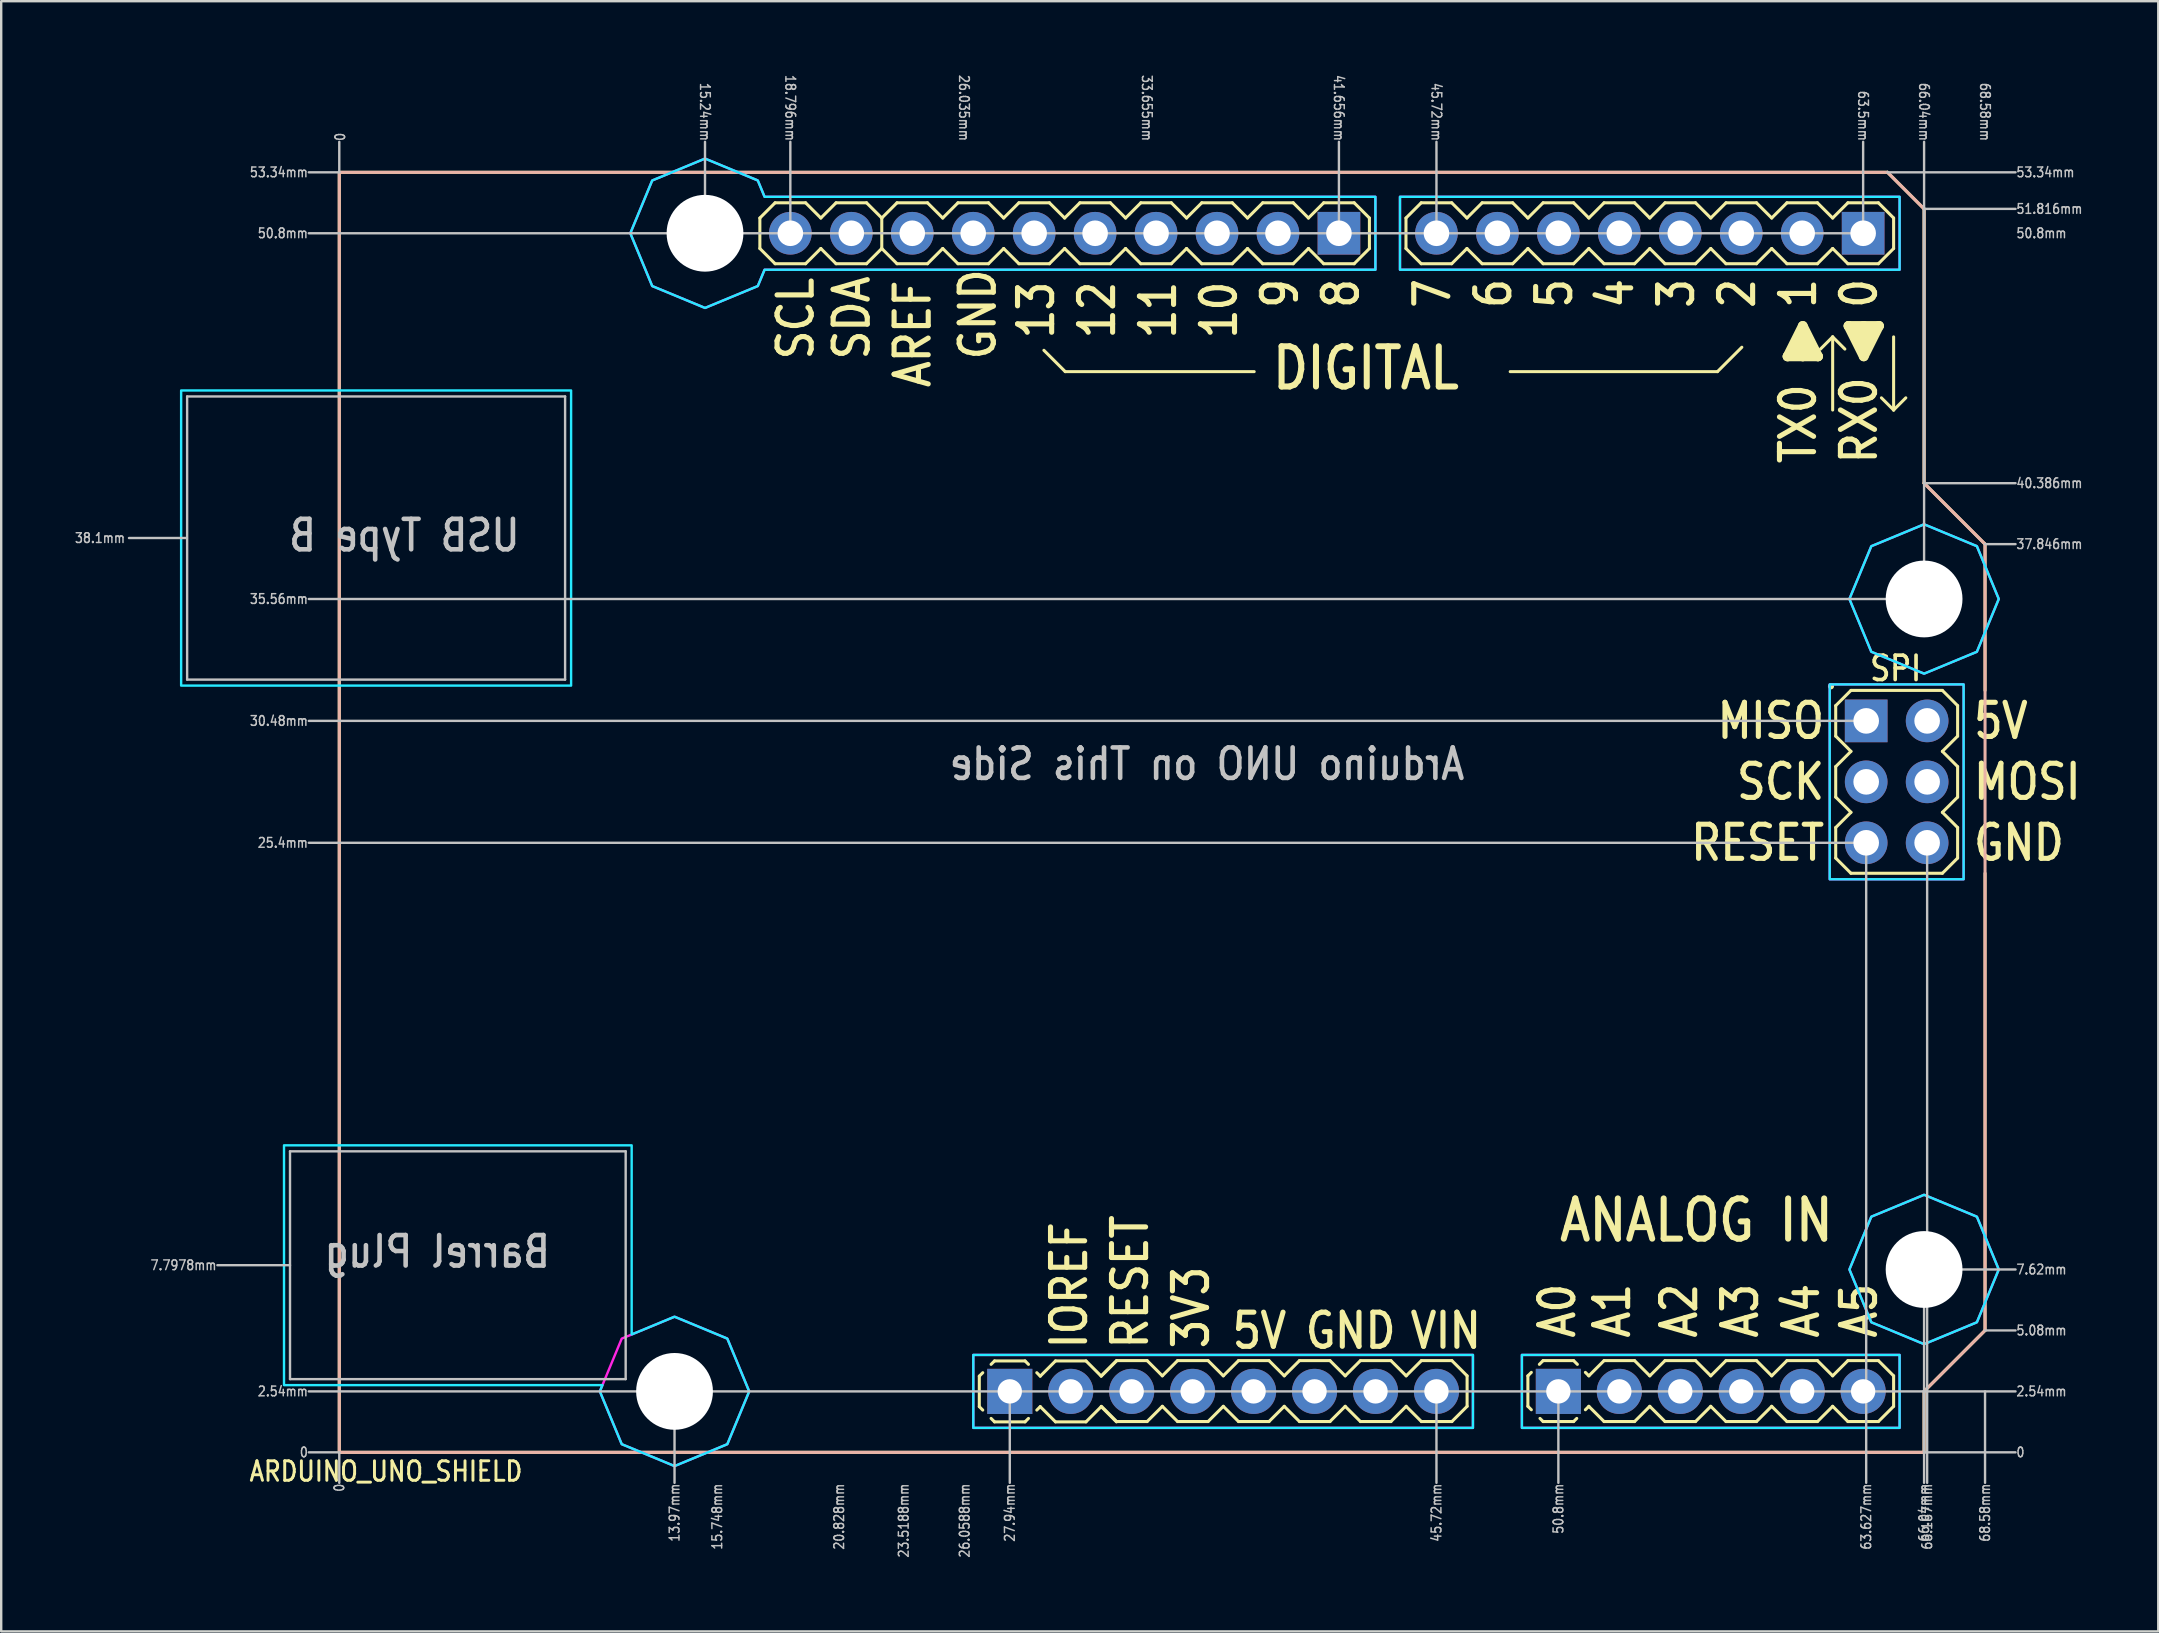
<source format=kicad_pcb>
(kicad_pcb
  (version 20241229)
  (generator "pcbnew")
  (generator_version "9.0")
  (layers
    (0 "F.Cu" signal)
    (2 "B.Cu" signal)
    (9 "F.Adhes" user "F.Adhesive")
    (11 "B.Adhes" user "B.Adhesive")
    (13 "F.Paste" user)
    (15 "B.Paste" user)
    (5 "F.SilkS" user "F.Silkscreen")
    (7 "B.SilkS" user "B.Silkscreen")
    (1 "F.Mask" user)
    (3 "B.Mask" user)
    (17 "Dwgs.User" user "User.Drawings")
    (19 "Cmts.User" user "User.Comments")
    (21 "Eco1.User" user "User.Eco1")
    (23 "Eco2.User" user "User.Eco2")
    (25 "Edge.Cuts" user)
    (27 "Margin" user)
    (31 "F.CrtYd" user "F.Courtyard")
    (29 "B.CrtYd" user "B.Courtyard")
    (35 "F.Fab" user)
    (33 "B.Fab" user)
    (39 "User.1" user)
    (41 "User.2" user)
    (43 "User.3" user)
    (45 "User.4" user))
  (footprint "ARDUINO_UNO_SHIELD"
    (layer "F.Cu")
    (at 11.088 57.47)
    (property "Reference" "ARDUINO_UNO_SHIELD" (at -3.81 1.27 0) (unlocked yes) (layer "F.SilkS") (effects (font (size 0.813 0.695) (thickness 0.122)) (justify left bottom)))
    (fp_circle (center 13.97 -2.54) (end 16.82 -2.54) (stroke (width 0) (type solid)) (fill yes) (layer "F.Mask"))
    (fp_circle (center 13.97 -2.54) (end 16.82 -2.54) (stroke (width 0) (type solid)) (fill yes) (layer "F.Mask"))
    (fp_circle (center 15.24 -50.8) (end 18.09 -50.8) (stroke (width 0) (type solid)) (fill yes) (layer "F.Mask"))
    (fp_circle (center 15.24 -50.8) (end 18.09 -50.8) (stroke (width 0) (type solid)) (fill yes) (layer "F.Mask"))
    (fp_circle (center 66.04 -35.56) (end 68.89 -35.56) (stroke (width 0) (type solid)) (fill yes) (layer "F.Mask"))
    (fp_circle (center 66.04 -35.56) (end 68.89 -35.56) (stroke (width 0) (type solid)) (fill yes) (layer "F.Mask"))
    (fp_circle (center 66.04 -7.62) (end 68.89 -7.62) (stroke (width 0) (type solid)) (fill yes) (layer "F.Mask"))
    (fp_circle (center 66.04 -7.62) (end 68.89 -7.62) (stroke (width 0) (type solid)) (fill yes) (layer "F.Mask"))
    (fp_circle (center 13.97 -2.54) (end 16.82 -2.54) (stroke (width 0) (type solid)) (fill yes) (layer "B.Mask"))
    (fp_circle (center 15.24 -50.8) (end 18.09 -50.8) (stroke (width 0) (type solid)) (fill yes) (layer "B.Mask"))
    (fp_circle (center 66.04 -35.56) (end 68.89 -35.56) (stroke (width 0) (type solid)) (fill yes) (layer "B.Mask"))
    (fp_circle (center 66.04 -7.62) (end 68.89 -7.62) (stroke (width 0) (type solid)) (fill yes) (layer "B.Mask"))
    (fp_line (start 0 -53.34) (end 64.516 -53.34) (stroke (width 0.127) (type solid)) (layer "F.SilkS"))
    (fp_line (start 0 0) (end 0 -53.34) (stroke (width 0.127) (type solid)) (layer "F.SilkS"))
    (fp_line (start 17.526 -51.435) (end 17.526 -50.165) (stroke (width 0.127) (type solid)) (layer "F.SilkS"))
    (fp_line (start 17.526 -50.165) (end 18.161 -49.53) (stroke (width 0.127) (type solid)) (layer "F.SilkS"))
    (fp_line (start 18.161 -52.07) (end 17.526 -51.435) (stroke (width 0.127) (type solid)) (layer "F.SilkS"))
    (fp_line (start 18.161 -49.53) (end 19.431 -49.53) (stroke (width 0.127) (type solid)) (layer "F.SilkS"))
    (fp_line (start 19.431 -52.07) (end 18.161 -52.07) (stroke (width 0.127) (type solid)) (layer "F.SilkS"))
    (fp_line (start 19.431 -49.53) (end 20.066 -50.165) (stroke (width 0.127) (type solid)) (layer "F.SilkS"))
    (fp_line (start 20.066 -51.435) (end 19.431 -52.07) (stroke (width 0.127) (type solid)) (layer "F.SilkS"))
    (fp_line (start 20.066 -50.165) (end 20.701 -49.53) (stroke (width 0.127) (type solid)) (layer "F.SilkS"))
    (fp_line (start 20.701 -52.07) (end 20.066 -51.435) (stroke (width 0.127) (type solid)) (layer "F.SilkS"))
    (fp_line (start 20.701 -49.53) (end 21.971 -49.53) (stroke (width 0.127) (type solid)) (layer "F.SilkS"))
    (fp_line (start 21.971 -52.07) (end 20.701 -52.07) (stroke (width 0.127) (type solid)) (layer "F.SilkS"))
    (fp_line (start 21.971 -49.53) (end 22.606 -50.165) (stroke (width 0.127) (type solid)) (layer "F.SilkS"))
    (fp_line (start 22.606 -51.435) (end 21.971 -52.07) (stroke (width 0.127) (type solid)) (layer "F.SilkS"))
    (fp_line (start 22.606 -51.435) (end 22.606 -50.165) (stroke (width 0.127) (type solid)) (layer "F.SilkS"))
    (fp_line (start 22.606 -50.165) (end 23.241 -49.53) (stroke (width 0.127) (type solid)) (layer "F.SilkS"))
    (fp_line (start 23.241 -52.07) (end 22.606 -51.435) (stroke (width 0.127) (type solid)) (layer "F.SilkS"))
    (fp_line (start 23.241 -49.53) (end 24.511 -49.53) (stroke (width 0.127) (type solid)) (layer "F.SilkS"))
    (fp_line (start 24.511 -52.07) (end 23.241 -52.07) (stroke (width 0.127) (type solid)) (layer "F.SilkS"))
    (fp_line (start 24.511 -49.53) (end 25.146 -50.165) (stroke (width 0.127) (type solid)) (layer "F.SilkS"))
    (fp_line (start 25.146 -51.435) (end 24.511 -52.07) (stroke (width 0.127) (type solid)) (layer "F.SilkS"))
    (fp_line (start 25.146 -50.165) (end 25.781 -49.53) (stroke (width 0.127) (type solid)) (layer "F.SilkS"))
    (fp_line (start 25.781 -52.07) (end 25.146 -51.435) (stroke (width 0.127) (type solid)) (layer "F.SilkS"))
    (fp_line (start 25.781 -49.53) (end 27.051 -49.53) (stroke (width 0.127) (type solid)) (layer "F.SilkS"))
    (fp_line (start 26.67 -3.175) (end 26.67 -1.905) (stroke (width 0.127) (type solid)) (layer "F.SilkS"))
    (fp_line (start 26.67 -1.905) (end 26.814 -1.761) (stroke (width 0.127) (type solid)) (layer "F.SilkS"))
    (fp_line (start 26.814 -3.319) (end 26.67 -3.175) (stroke (width 0.127) (type solid)) (layer "F.SilkS"))
    (fp_line (start 27.051 -52.07) (end 25.781 -52.07) (stroke (width 0.127) (type solid)) (layer "F.SilkS"))
    (fp_line (start 27.051 -49.53) (end 27.686 -50.165) (stroke (width 0.127) (type solid)) (layer "F.SilkS"))
    (fp_line (start 27.161 -1.414) (end 27.305 -1.27) (stroke (width 0.127) (type solid)) (layer "F.SilkS"))
    (fp_line (start 27.305 -3.81) (end 27.161 -3.666) (stroke (width 0.127) (type solid)) (layer "F.SilkS"))
    (fp_line (start 27.305 -3.81) (end 28.575 -3.81) (stroke (width 0.127) (type solid)) (layer "F.SilkS"))
    (fp_line (start 27.686 -51.435) (end 27.051 -52.07) (stroke (width 0.127) (type solid)) (layer "F.SilkS"))
    (fp_line (start 27.686 -50.165) (end 28.321 -49.53) (stroke (width 0.127) (type solid)) (layer "F.SilkS"))
    (fp_line (start 28.321 -52.07) (end 27.686 -51.435) (stroke (width 0.127) (type solid)) (layer "F.SilkS"))
    (fp_line (start 28.321 -49.53) (end 29.591 -49.53) (stroke (width 0.127) (type solid)) (layer "F.SilkS"))
    (fp_line (start 28.575 -3.81) (end 28.719 -3.666) (stroke (width 0.127) (type solid)) (layer "F.SilkS"))
    (fp_line (start 28.575 -1.27) (end 27.305 -1.27) (stroke (width 0.127) (type solid)) (layer "F.SilkS"))
    (fp_line (start 28.719 -1.414) (end 28.575 -1.27) (stroke (width 0.127) (type solid)) (layer "F.SilkS"))
    (fp_line (start 29.066 -3.319) (end 29.21 -3.175) (stroke (width 0.127) (type solid)) (layer "F.SilkS"))
    (fp_line (start 29.21 -3.175) (end 29.845 -3.81) (stroke (width 0.127) (type solid)) (layer "F.SilkS"))
    (fp_line (start 29.21 -1.905) (end 29.066 -1.761) (stroke (width 0.127) (type solid)) (layer "F.SilkS"))
    (fp_line (start 29.591 -52.07) (end 28.321 -52.07) (stroke (width 0.127) (type solid)) (layer "F.SilkS"))
    (fp_line (start 29.591 -49.53) (end 30.226 -50.165) (stroke (width 0.127) (type solid)) (layer "F.SilkS"))
    (fp_line (start 29.845 -3.81) (end 31.115 -3.81) (stroke (width 0.127) (type solid)) (layer "F.SilkS"))
    (fp_line (start 29.845 -1.27) (end 29.21 -1.905) (stroke (width 0.127) (type solid)) (layer "F.SilkS"))
    (fp_line (start 30.226 -51.435) (end 29.591 -52.07) (stroke (width 0.127) (type solid)) (layer "F.SilkS"))
    (fp_line (start 30.226 -50.165) (end 30.861 -49.53) (stroke (width 0.127) (type solid)) (layer "F.SilkS"))
    (fp_line (start 30.251 -45.034) (end 29.362 -45.923) (stroke (width 0.127) (type solid)) (layer "F.SilkS"))
    (fp_line (start 30.861 -52.07) (end 30.226 -51.435) (stroke (width 0.127) (type solid)) (layer "F.SilkS"))
    (fp_line (start 30.861 -49.53) (end 32.131 -49.53) (stroke (width 0.127) (type solid)) (layer "F.SilkS"))
    (fp_line (start 31.115 -3.81) (end 31.75 -3.175) (stroke (width 0.127) (type solid)) (layer "F.SilkS"))
    (fp_line (start 31.115 -1.27) (end 29.845 -1.27) (stroke (width 0.127) (type solid)) (layer "F.SilkS"))
    (fp_line (start 31.75 -3.175) (end 32.385 -3.81) (stroke (width 0.127) (type solid)) (layer "F.SilkS"))
    (fp_line (start 31.75 -1.905) (end 31.115 -1.27) (stroke (width 0.127) (type solid)) (layer "F.SilkS"))
    (fp_line (start 31.757 -1.918) (end 32.392 -1.283) (stroke (width 0.127) (type solid)) (layer "F.SilkS"))
    (fp_line (start 32.131 -52.07) (end 30.861 -52.07) (stroke (width 0.127) (type solid)) (layer "F.SilkS"))
    (fp_line (start 32.131 -49.53) (end 32.766 -50.165) (stroke (width 0.127) (type solid)) (layer "F.SilkS"))
    (fp_line (start 32.385 -1.27) (end 31.75 -1.905) (stroke (width 0.127) (type solid)) (layer "F.SilkS"))
    (fp_line (start 32.392 -3.823) (end 31.757 -3.188) (stroke (width 0.127) (type solid)) (layer "F.SilkS"))
    (fp_line (start 32.392 -3.823) (end 33.662 -3.823) (stroke (width 0.127) (type solid)) (layer "F.SilkS"))
    (fp_line (start 32.766 -51.435) (end 32.131 -52.07) (stroke (width 0.127) (type solid)) (layer "F.SilkS"))
    (fp_line (start 32.766 -50.165) (end 33.401 -49.53) (stroke (width 0.127) (type solid)) (layer "F.SilkS"))
    (fp_line (start 33.401 -52.07) (end 32.766 -51.435) (stroke (width 0.127) (type solid)) (layer "F.SilkS"))
    (fp_line (start 33.401 -49.53) (end 34.671 -49.53) (stroke (width 0.127) (type solid)) (layer "F.SilkS"))
    (fp_line (start 33.662 -3.823) (end 34.297 -3.188) (stroke (width 0.127) (type solid)) (layer "F.SilkS"))
    (fp_line (start 33.662 -1.283) (end 32.392 -1.283) (stroke (width 0.127) (type solid)) (layer "F.SilkS"))
    (fp_line (start 34.297 -3.188) (end 34.932 -3.823) (stroke (width 0.127) (type solid)) (layer "F.SilkS"))
    (fp_line (start 34.297 -1.918) (end 33.662 -1.283) (stroke (width 0.127) (type solid)) (layer "F.SilkS"))
    (fp_line (start 34.671 -52.07) (end 33.401 -52.07) (stroke (width 0.127) (type solid)) (layer "F.SilkS"))
    (fp_line (start 34.671 -49.53) (end 35.306 -50.165) (stroke (width 0.127) (type solid)) (layer "F.SilkS"))
    (fp_line (start 34.932 -3.823) (end 36.202 -3.823) (stroke (width 0.127) (type solid)) (layer "F.SilkS"))
    (fp_line (start 34.932 -1.283) (end 34.297 -1.918) (stroke (width 0.127) (type solid)) (layer "F.SilkS"))
    (fp_line (start 35.306 -51.435) (end 34.671 -52.07) (stroke (width 0.127) (type solid)) (layer "F.SilkS"))
    (fp_line (start 35.306 -50.165) (end 35.941 -49.53) (stroke (width 0.127) (type solid)) (layer "F.SilkS"))
    (fp_line (start 35.941 -52.07) (end 35.306 -51.435) (stroke (width 0.127) (type solid)) (layer "F.SilkS"))
    (fp_line (start 35.941 -49.53) (end 37.211 -49.53) (stroke (width 0.127) (type solid)) (layer "F.SilkS"))
    (fp_line (start 36.202 -3.823) (end 36.837 -3.188) (stroke (width 0.127) (type solid)) (layer "F.SilkS"))
    (fp_line (start 36.202 -1.283) (end 34.932 -1.283) (stroke (width 0.127) (type solid)) (layer "F.SilkS"))
    (fp_line (start 36.837 -3.188) (end 37.472 -3.823) (stroke (width 0.127) (type solid)) (layer "F.SilkS"))
    (fp_line (start 36.837 -1.918) (end 36.202 -1.283) (stroke (width 0.127) (type solid)) (layer "F.SilkS"))
    (fp_line (start 37.211 -52.07) (end 35.941 -52.07) (stroke (width 0.127) (type solid)) (layer "F.SilkS"))
    (fp_line (start 37.211 -49.53) (end 37.846 -50.165) (stroke (width 0.127) (type solid)) (layer "F.SilkS"))
    (fp_line (start 37.472 -3.823) (end 38.742 -3.823) (stroke (width 0.127) (type solid)) (layer "F.SilkS"))
    (fp_line (start 37.472 -1.283) (end 36.837 -1.918) (stroke (width 0.127) (type solid)) (layer "F.SilkS"))
    (fp_line (start 37.846 -51.435) (end 37.211 -52.07) (stroke (width 0.127) (type solid)) (layer "F.SilkS"))
    (fp_line (start 37.846 -50.165) (end 38.481 -49.53) (stroke (width 0.127) (type solid)) (layer "F.SilkS"))
    (fp_line (start 38.125 -45.034) (end 30.251 -45.034) (stroke (width 0.127) (type solid)) (layer "F.SilkS"))
    (fp_line (start 38.481 -52.07) (end 37.846 -51.435) (stroke (width 0.127) (type solid)) (layer "F.SilkS"))
    (fp_line (start 38.481 -49.53) (end 39.751 -49.53) (stroke (width 0.127) (type solid)) (layer "F.SilkS"))
    (fp_line (start 38.742 -3.823) (end 39.377 -3.188) (stroke (width 0.127) (type solid)) (layer "F.SilkS"))
    (fp_line (start 38.742 -1.283) (end 37.472 -1.283) (stroke (width 0.127) (type solid)) (layer "F.SilkS"))
    (fp_line (start 39.377 -1.918) (end 38.742 -1.283) (stroke (width 0.127) (type solid)) (layer "F.SilkS"))
    (fp_line (start 39.377 -1.918) (end 40.012 -1.283) (stroke (width 0.127) (type solid)) (layer "F.SilkS"))
    (fp_line (start 39.751 -52.07) (end 38.481 -52.07) (stroke (width 0.127) (type solid)) (layer "F.SilkS"))
    (fp_line (start 39.751 -49.53) (end 40.386 -50.165) (stroke (width 0.127) (type solid)) (layer "F.SilkS"))
    (fp_line (start 40.012 -3.823) (end 39.377 -3.188) (stroke (width 0.127) (type solid)) (layer "F.SilkS"))
    (fp_line (start 40.012 -3.823) (end 41.282 -3.823) (stroke (width 0.127) (type solid)) (layer "F.SilkS"))
    (fp_line (start 40.386 -51.435) (end 39.751 -52.07) (stroke (width 0.127) (type solid)) (layer "F.SilkS"))
    (fp_line (start 40.386 -50.165) (end 41.021 -49.53) (stroke (width 0.127) (type solid)) (layer "F.SilkS"))
    (fp_line (start 41.021 -52.07) (end 40.386 -51.435) (stroke (width 0.127) (type solid)) (layer "F.SilkS"))
    (fp_line (start 41.021 -49.53) (end 42.291 -49.53) (stroke (width 0.127) (type solid)) (layer "F.SilkS"))
    (fp_line (start 41.282 -3.823) (end 41.917 -3.188) (stroke (width 0.127) (type solid)) (layer "F.SilkS"))
    (fp_line (start 41.282 -1.283) (end 40.012 -1.283) (stroke (width 0.127) (type solid)) (layer "F.SilkS"))
    (fp_line (start 41.917 -3.188) (end 42.552 -3.823) (stroke (width 0.127) (type solid)) (layer "F.SilkS"))
    (fp_line (start 41.917 -1.918) (end 41.282 -1.283) (stroke (width 0.127) (type solid)) (layer "F.SilkS"))
    (fp_line (start 42.291 -52.07) (end 41.021 -52.07) (stroke (width 0.127) (type solid)) (layer "F.SilkS"))
    (fp_line (start 42.291 -49.53) (end 42.926 -50.165) (stroke (width 0.127) (type solid)) (layer "F.SilkS"))
    (fp_line (start 42.552 -3.823) (end 43.822 -3.823) (stroke (width 0.127) (type solid)) (layer "F.SilkS"))
    (fp_line (start 42.552 -1.283) (end 41.917 -1.918) (stroke (width 0.127) (type solid)) (layer "F.SilkS"))
    (fp_line (start 42.926 -51.435) (end 42.291 -52.07) (stroke (width 0.127) (type solid)) (layer "F.SilkS"))
    (fp_line (start 42.926 -50.165) (end 42.926 -51.435) (stroke (width 0.127) (type solid)) (layer "F.SilkS"))
    (fp_line (start 43.822 -3.823) (end 44.457 -3.188) (stroke (width 0.127) (type solid)) (layer "F.SilkS"))
    (fp_line (start 43.822 -1.283) (end 42.552 -1.283) (stroke (width 0.127) (type solid)) (layer "F.SilkS"))
    (fp_line (start 44.45 -51.435) (end 44.45 -50.165) (stroke (width 0.127) (type solid)) (layer "F.SilkS"))
    (fp_line (start 44.45 -50.165) (end 45.085 -49.53) (stroke (width 0.127) (type solid)) (layer "F.SilkS"))
    (fp_line (start 44.457 -3.188) (end 45.092 -3.823) (stroke (width 0.127) (type solid)) (layer "F.SilkS"))
    (fp_line (start 44.457 -1.918) (end 43.822 -1.283) (stroke (width 0.127) (type solid)) (layer "F.SilkS"))
    (fp_line (start 45.085 -52.07) (end 44.45 -51.435) (stroke (width 0.127) (type solid)) (layer "F.SilkS"))
    (fp_line (start 45.085 -49.53) (end 46.355 -49.53) (stroke (width 0.127) (type solid)) (layer "F.SilkS"))
    (fp_line (start 45.092 -3.823) (end 46.362 -3.823) (stroke (width 0.127) (type solid)) (layer "F.SilkS"))
    (fp_line (start 45.092 -1.283) (end 44.457 -1.918) (stroke (width 0.127) (type solid)) (layer "F.SilkS"))
    (fp_line (start 46.355 -52.07) (end 45.085 -52.07) (stroke (width 0.127) (type solid)) (layer "F.SilkS"))
    (fp_line (start 46.355 -49.53) (end 46.99 -50.165) (stroke (width 0.127) (type solid)) (layer "F.SilkS"))
    (fp_line (start 46.362 -3.823) (end 46.997 -3.188) (stroke (width 0.127) (type solid)) (layer "F.SilkS"))
    (fp_line (start 46.362 -1.283) (end 45.092 -1.283) (stroke (width 0.127) (type solid)) (layer "F.SilkS"))
    (fp_line (start 46.99 -51.435) (end 46.355 -52.07) (stroke (width 0.127) (type solid)) (layer "F.SilkS"))
    (fp_line (start 46.99 -50.165) (end 47.625 -49.53) (stroke (width 0.127) (type solid)) (layer "F.SilkS"))
    (fp_line (start 46.997 -3.188) (end 46.997 -1.918) (stroke (width 0.127) (type solid)) (layer "F.SilkS"))
    (fp_line (start 46.997 -1.918) (end 46.362 -1.283) (stroke (width 0.127) (type solid)) (layer "F.SilkS"))
    (fp_line (start 47.625 -52.07) (end 46.99 -51.435) (stroke (width 0.127) (type solid)) (layer "F.SilkS"))
    (fp_line (start 47.625 -49.53) (end 48.895 -49.53) (stroke (width 0.127) (type solid)) (layer "F.SilkS"))
    (fp_line (start 48.793 -45.034) (end 57.429 -45.034) (stroke (width 0.127) (type solid)) (layer "F.SilkS"))
    (fp_line (start 48.895 -52.07) (end 47.625 -52.07) (stroke (width 0.127) (type solid)) (layer "F.SilkS"))
    (fp_line (start 48.895 -49.53) (end 49.53 -50.165) (stroke (width 0.127) (type solid)) (layer "F.SilkS"))
    (fp_line (start 49.53 -51.435) (end 48.895 -52.07) (stroke (width 0.127) (type solid)) (layer "F.SilkS"))
    (fp_line (start 49.53 -50.165) (end 50.165 -49.53) (stroke (width 0.127) (type solid)) (layer "F.SilkS"))
    (fp_line (start 49.53 -3.188) (end 49.53 -1.918) (stroke (width 0.127) (type solid)) (layer "F.SilkS"))
    (fp_line (start 49.53 -1.918) (end 49.674 -1.774) (stroke (width 0.127) (type solid)) (layer "F.SilkS"))
    (fp_line (start 49.674 -3.332) (end 49.53 -3.188) (stroke (width 0.127) (type solid)) (layer "F.SilkS"))
    (fp_line (start 50.034 -1.414) (end 50.165 -1.283) (stroke (width 0.127) (type solid)) (layer "F.SilkS"))
    (fp_line (start 50.165 -52.07) (end 49.53 -51.435) (stroke (width 0.127) (type solid)) (layer "F.SilkS"))
    (fp_line (start 50.165 -49.53) (end 51.435 -49.53) (stroke (width 0.127) (type solid)) (layer "F.SilkS"))
    (fp_line (start 50.165 -3.823) (end 50.008 -3.666) (stroke (width 0.127) (type solid)) (layer "F.SilkS"))
    (fp_line (start 50.165 -3.823) (end 51.435 -3.823) (stroke (width 0.127) (type solid)) (layer "F.SilkS"))
    (fp_line (start 51.435 -52.07) (end 50.165 -52.07) (stroke (width 0.127) (type solid)) (layer "F.SilkS"))
    (fp_line (start 51.435 -49.53) (end 52.07 -50.165) (stroke (width 0.127) (type solid)) (layer "F.SilkS"))
    (fp_line (start 51.435 -3.823) (end 51.592 -3.666) (stroke (width 0.127) (type solid)) (layer "F.SilkS"))
    (fp_line (start 51.435 -1.283) (end 50.165 -1.283) (stroke (width 0.127) (type solid)) (layer "F.SilkS"))
    (fp_line (start 51.566 -1.414) (end 51.435 -1.283) (stroke (width 0.127) (type solid)) (layer "F.SilkS"))
    (fp_line (start 51.926 -3.332) (end 52.07 -3.188) (stroke (width 0.127) (type solid)) (layer "F.SilkS"))
    (fp_line (start 52.07 -51.435) (end 51.435 -52.07) (stroke (width 0.127) (type solid)) (layer "F.SilkS"))
    (fp_line (start 52.07 -50.165) (end 52.705 -49.53) (stroke (width 0.127) (type solid)) (layer "F.SilkS"))
    (fp_line (start 52.07 -3.188) (end 52.705 -3.823) (stroke (width 0.127) (type solid)) (layer "F.SilkS"))
    (fp_line (start 52.07 -1.918) (end 51.926 -1.774) (stroke (width 0.127) (type solid)) (layer "F.SilkS"))
    (fp_line (start 52.705 -52.07) (end 52.07 -51.435) (stroke (width 0.127) (type solid)) (layer "F.SilkS"))
    (fp_line (start 52.705 -49.53) (end 53.975 -49.53) (stroke (width 0.127) (type solid)) (layer "F.SilkS"))
    (fp_line (start 52.705 -3.823) (end 53.975 -3.823) (stroke (width 0.127) (type solid)) (layer "F.SilkS"))
    (fp_line (start 52.705 -1.283) (end 52.07 -1.918) (stroke (width 0.127) (type solid)) (layer "F.SilkS"))
    (fp_line (start 53.975 -52.07) (end 52.705 -52.07) (stroke (width 0.127) (type solid)) (layer "F.SilkS"))
    (fp_line (start 53.975 -49.53) (end 54.61 -50.165) (stroke (width 0.127) (type solid)) (layer "F.SilkS"))
    (fp_line (start 53.975 -3.823) (end 54.61 -3.188) (stroke (width 0.127) (type solid)) (layer "F.SilkS"))
    (fp_line (start 53.975 -1.283) (end 52.705 -1.283) (stroke (width 0.127) (type solid)) (layer "F.SilkS"))
    (fp_line (start 54.61 -51.435) (end 53.975 -52.07) (stroke (width 0.127) (type solid)) (layer "F.SilkS"))
    (fp_line (start 54.61 -50.165) (end 55.245 -49.53) (stroke (width 0.127) (type solid)) (layer "F.SilkS"))
    (fp_line (start 54.61 -3.188) (end 55.245 -3.823) (stroke (width 0.127) (type solid)) (layer "F.SilkS"))
    (fp_line (start 54.61 -1.918) (end 53.975 -1.283) (stroke (width 0.127) (type solid)) (layer "F.SilkS"))
    (fp_line (start 55.245 -52.07) (end 54.61 -51.435) (stroke (width 0.127) (type solid)) (layer "F.SilkS"))
    (fp_line (start 55.245 -49.53) (end 56.515 -49.53) (stroke (width 0.127) (type solid)) (layer "F.SilkS"))
    (fp_line (start 55.245 -3.823) (end 56.515 -3.823) (stroke (width 0.127) (type solid)) (layer "F.SilkS"))
    (fp_line (start 55.245 -1.283) (end 54.61 -1.918) (stroke (width 0.127) (type solid)) (layer "F.SilkS"))
    (fp_line (start 56.515 -52.07) (end 55.245 -52.07) (stroke (width 0.127) (type solid)) (layer "F.SilkS"))
    (fp_line (start 56.515 -49.53) (end 57.15 -50.165) (stroke (width 0.127) (type solid)) (layer "F.SilkS"))
    (fp_line (start 56.515 -3.823) (end 57.15 -3.188) (stroke (width 0.127) (type solid)) (layer "F.SilkS"))
    (fp_line (start 56.515 -1.283) (end 55.245 -1.283) (stroke (width 0.127) (type solid)) (layer "F.SilkS"))
    (fp_line (start 57.15 -51.435) (end 56.515 -52.07) (stroke (width 0.127) (type solid)) (layer "F.SilkS"))
    (fp_line (start 57.15 -50.165) (end 57.785 -49.53) (stroke (width 0.127) (type solid)) (layer "F.SilkS"))
    (fp_line (start 57.15 -1.918) (end 56.515 -1.283) (stroke (width 0.127) (type solid)) (layer "F.SilkS"))
    (fp_line (start 57.15 -1.918) (end 57.785 -1.283) (stroke (width 0.127) (type solid)) (layer "F.SilkS"))
    (fp_line (start 57.429 -45.034) (end 58.445 -46.05) (stroke (width 0.127) (type solid)) (layer "F.SilkS"))
    (fp_line (start 57.785 -52.07) (end 57.15 -51.435) (stroke (width 0.127) (type solid)) (layer "F.SilkS"))
    (fp_line (start 57.785 -49.53) (end 59.055 -49.53) (stroke (width 0.127) (type solid)) (layer "F.SilkS"))
    (fp_line (start 57.785 -3.823) (end 57.15 -3.188) (stroke (width 0.127) (type solid)) (layer "F.SilkS"))
    (fp_line (start 57.785 -3.823) (end 59.055 -3.823) (stroke (width 0.127) (type solid)) (layer "F.SilkS"))
    (fp_line (start 59.055 -52.07) (end 57.785 -52.07) (stroke (width 0.127) (type solid)) (layer "F.SilkS"))
    (fp_line (start 59.055 -49.53) (end 59.69 -50.165) (stroke (width 0.127) (type solid)) (layer "F.SilkS"))
    (fp_line (start 59.055 -3.823) (end 59.69 -3.188) (stroke (width 0.127) (type solid)) (layer "F.SilkS"))
    (fp_line (start 59.055 -1.283) (end 57.785 -1.283) (stroke (width 0.127) (type solid)) (layer "F.SilkS"))
    (fp_line (start 59.69 -51.435) (end 59.055 -52.07) (stroke (width 0.127) (type solid)) (layer "F.SilkS"))
    (fp_line (start 59.69 -50.165) (end 60.325 -49.53) (stroke (width 0.127) (type solid)) (layer "F.SilkS"))
    (fp_line (start 59.69 -3.188) (end 60.325 -3.823) (stroke (width 0.127) (type solid)) (layer "F.SilkS"))
    (fp_line (start 59.69 -1.918) (end 59.055 -1.283) (stroke (width 0.127) (type solid)) (layer "F.SilkS"))
    (fp_line (start 60.325 -52.07) (end 59.69 -51.435) (stroke (width 0.127) (type solid)) (layer "F.SilkS"))
    (fp_line (start 60.325 -49.53) (end 61.595 -49.53) (stroke (width 0.127) (type solid)) (layer "F.SilkS"))
    (fp_line (start 60.325 -3.823) (end 61.595 -3.823) (stroke (width 0.127) (type solid)) (layer "F.SilkS"))
    (fp_line (start 60.325 -1.283) (end 59.69 -1.918) (stroke (width 0.127) (type solid)) (layer "F.SilkS"))
    (fp_line (start 60.35 -45.669) (end 60.985 -46.939) (stroke (width 0.406) (type solid)) (layer "F.SilkS"))
    (fp_line (start 60.35 -45.669) (end 60.985 -46.304) (stroke (width 0.406) (type solid)) (layer "F.SilkS"))
    (fp_line (start 60.985 -46.939) (end 61.62 -45.669) (stroke (width 0.406) (type solid)) (layer "F.SilkS"))
    (fp_line (start 60.985 -46.304) (end 60.985 -45.669) (stroke (width 0.406) (type solid)) (layer "F.SilkS"))
    (fp_line (start 60.985 -45.669) (end 60.35 -45.669) (stroke (width 0.406) (type solid)) (layer "F.SilkS"))
    (fp_line (start 60.985 -45.669) (end 61.62 -45.669) (stroke (width 0.406) (type solid)) (layer "F.SilkS"))
    (fp_line (start 61.595 -52.07) (end 60.325 -52.07) (stroke (width 0.127) (type solid)) (layer "F.SilkS"))
    (fp_line (start 61.595 -49.53) (end 62.23 -50.165) (stroke (width 0.127) (type solid)) (layer "F.SilkS"))
    (fp_line (start 61.595 -3.823) (end 62.23 -3.188) (stroke (width 0.127) (type solid)) (layer "F.SilkS"))
    (fp_line (start 61.595 -1.283) (end 60.325 -1.283) (stroke (width 0.127) (type solid)) (layer "F.SilkS"))
    (fp_line (start 61.62 -45.669) (end 60.985 -46.304) (stroke (width 0.406) (type solid)) (layer "F.SilkS"))
    (fp_line (start 62.23 -51.435) (end 61.595 -52.07) (stroke (width 0.127) (type solid)) (layer "F.SilkS"))
    (fp_line (start 62.23 -50.165) (end 62.865 -49.53) (stroke (width 0.127) (type solid)) (layer "F.SilkS"))
    (fp_line (start 62.23 -46.482) (end 61.722 -45.974) (stroke (width 0.127) (type solid)) (layer "F.SilkS"))
    (fp_line (start 62.23 -46.482) (end 62.738 -45.974) (stroke (width 0.127) (type solid)) (layer "F.SilkS"))
    (fp_line (start 62.23 -43.434) (end 62.23 -46.482) (stroke (width 0.127) (type solid)) (layer "F.SilkS"))
    (fp_line (start 62.23 -3.188) (end 62.865 -3.823) (stroke (width 0.127) (type solid)) (layer "F.SilkS"))
    (fp_line (start 62.23 -1.918) (end 61.595 -1.283) (stroke (width 0.127) (type solid)) (layer "F.SilkS"))
    (fp_line (start 62.357 -31.115) (end 62.357 -29.845) (stroke (width 0.127) (type solid)) (layer "F.SilkS"))
    (fp_line (start 62.357 -29.845) (end 62.992 -29.21) (stroke (width 0.127) (type solid)) (layer "F.SilkS"))
    (fp_line (start 62.357 -28.575) (end 62.357 -27.305) (stroke (width 0.127) (type solid)) (layer "F.SilkS"))
    (fp_line (start 62.357 -27.305) (end 62.992 -26.67) (stroke (width 0.127) (type solid)) (layer "F.SilkS"))
    (fp_line (start 62.357 -26.035) (end 62.357 -24.765) (stroke (width 0.127) (type solid)) (layer "F.SilkS"))
    (fp_line (start 62.357 -24.765) (end 62.992 -24.13) (stroke (width 0.127) (type solid)) (layer "F.SilkS"))
    (fp_line (start 62.865 -52.07) (end 62.23 -51.435) (stroke (width 0.127) (type solid)) (layer "F.SilkS"))
    (fp_line (start 62.865 -49.53) (end 64.135 -49.53) (stroke (width 0.127) (type solid)) (layer "F.SilkS"))
    (fp_line (start 62.865 -3.823) (end 64.135 -3.823) (stroke (width 0.127) (type solid)) (layer "F.SilkS"))
    (fp_line (start 62.865 -1.283) (end 62.23 -1.918) (stroke (width 0.127) (type solid)) (layer "F.SilkS"))
    (fp_line (start 62.89 -46.939) (end 63.525 -46.939) (stroke (width 0.406) (type solid)) (layer "F.SilkS"))
    (fp_line (start 62.89 -46.939) (end 63.525 -46.304) (stroke (width 0.406) (type solid)) (layer "F.SilkS"))
    (fp_line (start 62.992 -31.75) (end 62.357 -31.115) (stroke (width 0.127) (type solid)) (layer "F.SilkS"))
    (fp_line (start 62.992 -29.21) (end 62.357 -28.575) (stroke (width 0.127) (type solid)) (layer "F.SilkS"))
    (fp_line (start 62.992 -26.67) (end 62.357 -26.035) (stroke (width 0.127) (type solid)) (layer "F.SilkS"))
    (fp_line (start 62.992 -24.13) (end 66.802 -24.13) (stroke (width 0.127) (type solid)) (layer "F.SilkS"))
    (fp_line (start 63.525 -46.939) (end 63.525 -46.304) (stroke (width 0.406) (type solid)) (layer "F.SilkS"))
    (fp_line (start 63.525 -46.304) (end 64.16 -46.939) (stroke (width 0.406) (type solid)) (layer "F.SilkS"))
    (fp_line (start 63.525 -45.669) (end 62.89 -46.939) (stroke (width 0.406) (type solid)) (layer "F.SilkS"))
    (fp_line (start 64.135 -52.07) (end 62.865 -52.07) (stroke (width 0.127) (type solid)) (layer "F.SilkS"))
    (fp_line (start 64.135 -49.53) (end 64.77 -50.165) (stroke (width 0.127) (type solid)) (layer "F.SilkS"))
    (fp_line (start 64.135 -3.823) (end 64.77 -3.188) (stroke (width 0.127) (type solid)) (layer "F.SilkS"))
    (fp_line (start 64.135 -1.283) (end 62.865 -1.283) (stroke (width 0.127) (type solid)) (layer "F.SilkS"))
    (fp_line (start 64.16 -46.939) (end 63.525 -46.939) (stroke (width 0.406) (type solid)) (layer "F.SilkS"))
    (fp_line (start 64.16 -46.939) (end 63.525 -45.669) (stroke (width 0.406) (type solid)) (layer "F.SilkS"))
    (fp_line (start 64.516 -53.34) (end 66.04 -51.816) (stroke (width 0.127) (type solid)) (layer "F.SilkS"))
    (fp_line (start 64.77 -51.435) (end 64.135 -52.07) (stroke (width 0.127) (type solid)) (layer "F.SilkS"))
    (fp_line (start 64.77 -50.165) (end 64.77 -51.435) (stroke (width 0.127) (type solid)) (layer "F.SilkS"))
    (fp_line (start 64.77 -46.482) (end 64.77 -43.434) (stroke (width 0.127) (type solid)) (layer "F.SilkS"))
    (fp_line (start 64.77 -43.434) (end 64.262 -43.942) (stroke (width 0.127) (type solid)) (layer "F.SilkS"))
    (fp_line (start 64.77 -43.434) (end 65.278 -43.942) (stroke (width 0.127) (type solid)) (layer "F.SilkS"))
    (fp_line (start 64.77 -3.188) (end 64.77 -1.918) (stroke (width 0.127) (type solid)) (layer "F.SilkS"))
    (fp_line (start 64.77 -1.918) (end 64.135 -1.283) (stroke (width 0.127) (type solid)) (layer "F.SilkS"))
    (fp_line (start 66.04 -51.816) (end 66.04 -40.386) (stroke (width 0.127) (type solid)) (layer "F.SilkS"))
    (fp_line (start 66.04 -40.386) (end 68.58 -37.846) (stroke (width 0.127) (type solid)) (layer "F.SilkS"))
    (fp_line (start 66.04 -2.54) (end 66.04 0) (stroke (width 0.127) (type solid)) (layer "F.SilkS"))
    (fp_line (start 66.04 0) (end 0 0) (stroke (width 0.127) (type solid)) (layer "F.SilkS"))
    (fp_line (start 66.802 -31.75) (end 62.992 -31.75) (stroke (width 0.127) (type solid)) (layer "F.SilkS"))
    (fp_line (start 66.802 -29.21) (end 67.437 -29.845) (stroke (width 0.127) (type solid)) (layer "F.SilkS"))
    (fp_line (start 66.802 -26.67) (end 67.437 -27.305) (stroke (width 0.127) (type solid)) (layer "F.SilkS"))
    (fp_line (start 66.802 -24.13) (end 67.437 -24.765) (stroke (width 0.127) (type solid)) (layer "F.SilkS"))
    (fp_line (start 67.437 -31.115) (end 66.802 -31.75) (stroke (width 0.127) (type solid)) (layer "F.SilkS"))
    (fp_line (start 67.437 -29.845) (end 67.437 -31.115) (stroke (width 0.127) (type solid)) (layer "F.SilkS"))
    (fp_line (start 67.437 -28.575) (end 66.802 -29.21) (stroke (width 0.127) (type solid)) (layer "F.SilkS"))
    (fp_line (start 67.437 -27.305) (end 67.437 -28.575) (stroke (width 0.127) (type solid)) (layer "F.SilkS"))
    (fp_line (start 67.437 -26.035) (end 66.802 -26.67) (stroke (width 0.127) (type solid)) (layer "F.SilkS"))
    (fp_line (start 67.437 -24.765) (end 67.437 -26.035) (stroke (width 0.127) (type solid)) (layer "F.SilkS"))
    (fp_line (start 68.58 -37.846) (end 68.58 -31.75) (stroke (width 0.127) (type solid)) (layer "F.SilkS"))
    (fp_line (start 68.58 -24.13) (end 68.58 -5.08) (stroke (width 0.127) (type solid)) (layer "F.SilkS"))
    (fp_line (start 68.58 -5.08) (end 66.04 -2.54) (stroke (width 0.127) (type solid)) (layer "F.SilkS"))
    (fp_circle (center 62.16 -31.92) (end 62.16 -31.92) (stroke (width 0.127) (type solid)) (fill no) (layer "F.SilkS"))
    (fp_line (start 0 -53.34) (end 64.516 -53.34) (stroke (width 0.127) (type solid)) (layer "B.SilkS"))
    (fp_line (start 0 0) (end 0 -53.34) (stroke (width 0.127) (type solid)) (layer "B.SilkS"))
    (fp_line (start 64.516 -53.34) (end 66.04 -51.816) (stroke (width 0.127) (type solid)) (layer "B.SilkS"))
    (fp_line (start 66.04 -51.816) (end 66.04 -40.386) (stroke (width 0.127) (type solid)) (layer "B.SilkS"))
    (fp_line (start 66.04 -40.386) (end 68.58 -37.846) (stroke (width 0.127) (type solid)) (layer "B.SilkS"))
    (fp_line (start 66.04 -2.54) (end 66.04 0) (stroke (width 0.127) (type solid)) (layer "B.SilkS"))
    (fp_line (start 66.04 0) (end 0 0) (stroke (width 0.127) (type solid)) (layer "B.SilkS"))
    (fp_line (start 68.58 -37.846) (end 68.58 -5.08) (stroke (width 0.127) (type solid)) (layer "B.SilkS"))
    (fp_line (start 68.58 -5.08) (end 66.04 -2.54) (stroke (width 0.127) (type solid)) (layer "B.SilkS"))
    (fp_line (start -6.35 -38.1) (end -8.763 -38.1) (stroke (width 0.1) (type solid)) (layer "Dwgs.User"))
    (fp_line (start -6.34 -44) (end -6.34 -32.2) (stroke (width 0.1) (type solid)) (layer "Dwgs.User"))
    (fp_line (start -6.34 -32.2) (end 9.41 -32.2) (stroke (width 0.1) (type solid)) (layer "Dwgs.User"))
    (fp_line (start -2.053 -12.544) (end 11.934 -12.544) (stroke (width 0.1) (type solid)) (layer "Dwgs.User"))
    (fp_line (start -2.053 -7.798) (end -5.08 -7.798) (stroke (width 0.1) (type solid)) (layer "Dwgs.User"))
    (fp_line (start -2.053 -3.052) (end -2.053 -12.544) (stroke (width 0.1) (type solid)) (layer "Dwgs.User"))
    (fp_line (start 0 -53.34) (end -1.27 -53.34) (stroke (width 0.1) (type solid)) (layer "Dwgs.User"))
    (fp_line (start 0 -53.34) (end 0 -54.61) (stroke (width 0.1) (type solid)) (layer "Dwgs.User"))
    (fp_line (start 0 0) (end -1.27 0) (stroke (width 0.1) (type solid)) (layer "Dwgs.User"))
    (fp_line (start 0 0) (end 0 1.27) (stroke (width 0.1) (type solid)) (layer "Dwgs.User"))
    (fp_line (start 9.41 -44) (end -6.34 -44) (stroke (width 0.1) (type solid)) (layer "Dwgs.User"))
    (fp_line (start 9.41 -32.2) (end 9.41 -44) (stroke (width 0.1) (type solid)) (layer "Dwgs.User"))
    (fp_line (start 11.934 -12.544) (end 11.934 -3.052) (stroke (width 0.1) (type solid)) (layer "Dwgs.User"))
    (fp_line (start 11.934 -3.052) (end -2.053 -3.052) (stroke (width 0.1) (type solid)) (layer "Dwgs.User"))
    (fp_line (start 13.97 -2.54) (end -1.27 -2.54) (stroke (width 0.1) (type solid)) (layer "Dwgs.User"))
    (fp_line (start 13.97 -2.54) (end 13.97 1.27) (stroke (width 0.1) (type solid)) (layer "Dwgs.User"))
    (fp_line (start 13.97 -2.54) (end 69.85 -2.54) (stroke (width 0.1) (type solid)) (layer "Dwgs.User"))
    (fp_line (start 15.24 -50.8) (end -1.27 -50.8) (stroke (width 0.1) (type solid)) (layer "Dwgs.User"))
    (fp_line (start 15.24 -50.8) (end 15.24 -54.61) (stroke (width 0.1) (type solid)) (layer "Dwgs.User"))
    (fp_line (start 18.796 -50.8) (end 15.24 -50.8) (stroke (width 0.1) (type solid)) (layer "Dwgs.User"))
    (fp_line (start 18.796 -50.8) (end 18.796 -54.61) (stroke (width 0.1) (type solid)) (layer "Dwgs.User"))
    (fp_line (start 27.94 -2.54) (end 27.94 1.27) (stroke (width 0.1) (type solid)) (layer "Dwgs.User"))
    (fp_line (start 41.656 -50.8) (end 18.796 -50.8) (stroke (width 0.1) (type solid)) (layer "Dwgs.User"))
    (fp_line (start 41.656 -50.8) (end 41.656 -54.61) (stroke (width 0.1) (type solid)) (layer "Dwgs.User"))
    (fp_line (start 45.72 -50.8) (end 41.656 -50.8) (stroke (width 0.1) (type solid)) (layer "Dwgs.User"))
    (fp_line (start 45.72 -50.8) (end 45.72 -54.61) (stroke (width 0.1) (type solid)) (layer "Dwgs.User"))
    (fp_line (start 45.72 -2.54) (end 45.72 1.27) (stroke (width 0.1) (type solid)) (layer "Dwgs.User"))
    (fp_line (start 50.8 -2.54) (end 50.8 1.27) (stroke (width 0.1) (type solid)) (layer "Dwgs.User"))
    (fp_line (start 63.5 -50.8) (end 45.72 -50.8) (stroke (width 0.1) (type solid)) (layer "Dwgs.User"))
    (fp_line (start 63.5 -50.8) (end 63.5 -54.61) (stroke (width 0.1) (type solid)) (layer "Dwgs.User"))
    (fp_line (start 63.5 -30.48) (end -1.27 -30.48) (stroke (width 0.1) (type solid)) (layer "Dwgs.User"))
    (fp_line (start 63.627 -25.4) (end -1.27 -25.4) (stroke (width 0.1) (type solid)) (layer "Dwgs.User"))
    (fp_line (start 63.627 -25.4) (end 63.627 1.27) (stroke (width 0.1) (type solid)) (layer "Dwgs.User"))
    (fp_line (start 64.516 -53.34) (end 69.85 -53.34) (stroke (width 0.1) (type solid)) (layer "Dwgs.User"))
    (fp_line (start 66.04 -51.816) (end 69.85 -51.816) (stroke (width 0.1) (type solid)) (layer "Dwgs.User"))
    (fp_line (start 66.04 -40.386) (end 69.85 -40.386) (stroke (width 0.1) (type solid)) (layer "Dwgs.User"))
    (fp_line (start 66.04 -35.56) (end -1.27 -35.56) (stroke (width 0.1) (type solid)) (layer "Dwgs.User"))
    (fp_line (start 66.04 -35.56) (end 66.04 -54.61) (stroke (width 0.1) (type solid)) (layer "Dwgs.User"))
    (fp_line (start 66.04 -7.62) (end 69.85 -7.62) (stroke (width 0.1) (type solid)) (layer "Dwgs.User"))
    (fp_line (start 66.04 0) (end 69.85 0) (stroke (width 0.1) (type solid)) (layer "Dwgs.User"))
    (fp_line (start 66.04 1.27) (end 66.04 -7.62) (stroke (width 0.1) (type solid)) (layer "Dwgs.User"))
    (fp_line (start 66.167 -25.4) (end 66.167 1.27) (stroke (width 0.1) (type solid)) (layer "Dwgs.User"))
    (fp_line (start 68.58 -37.846) (end 69.85 -37.846) (stroke (width 0.1) (type solid)) (layer "Dwgs.User"))
    (fp_line (start 68.58 -5.08) (end 69.85 -5.08) (stroke (width 0.1) (type solid)) (layer "Dwgs.User"))
    (fp_line (start 68.58 -2.54) (end 68.58 1.27) (stroke (width 0.1) (type solid)) (layer "Dwgs.User"))
    (fp_poly (pts (xy -6.59 -44.25) (xy 9.66 -44.25) (xy 9.66 -31.95) (xy -6.59 -31.95)) (stroke (width 0.1) (type solid)) (fill no) (layer "B.CrtYd"))
    (fp_poly (pts (xy 26.42 -4.06) (xy 47.24 -4.06) (xy 47.24 -1.02) (xy 26.42 -1.02)) (stroke (width 0.1) (type solid)) (fill no) (layer "B.CrtYd"))
    (fp_poly (pts (xy 44.2 -52.32) (xy 65.02 -52.32) (xy 65.02 -49.28) (xy 44.2 -49.28)) (stroke (width 0.1) (type solid)) (fill no) (layer "B.CrtYd"))
    (fp_poly (pts (xy 49.28 -4.06) (xy 65.02 -4.06) (xy 65.02 -1.02) (xy 49.28 -1.02)) (stroke (width 0.1) (type solid)) (fill no) (layer "B.CrtYd"))
    (fp_poly (pts (xy 62.107 -32) (xy 67.687 -32) (xy 67.687 -23.88) (xy 62.107 -23.88)) (stroke (width 0.1) (type solid)) (fill no) (layer "B.CrtYd"))
    (fp_poly (pts (xy 69.152 -35.56) (xy 68.24 -37.76) (xy 66.04 -38.672) (xy 63.84 -37.76) (xy 62.928 -35.56) (xy 63.84 -33.36) (xy 66.04 -32.448) (xy 68.24 -33.36)) (stroke (width 0.1) (type solid)) (fill no) (layer "B.CrtYd"))
    (fp_poly (pts (xy 69.152 -7.62) (xy 68.24 -9.82) (xy 66.04 -10.732) (xy 63.84 -9.82) (xy 62.928 -7.62) (xy 63.84 -5.42) (xy 66.04 -4.508) (xy 68.24 -5.42)) (stroke (width 0.1) (type solid)) (fill no) (layer "B.CrtYd"))
    (fp_poly (pts (xy 17.722 -52.32) (xy 17.44 -53) (xy 15.24 -53.912) (xy 13.04 -53) (xy 12.128 -50.8) (xy 13.04 -48.6) (xy 15.24 -47.688) (xy 17.44 -48.6) (xy 17.722 -49.28) (xy 43.176 -49.28) (xy 43.176 -52.32)) (stroke (width 0.1) (type solid)) (fill no) (layer "B.CrtYd"))
    (fp_poly (pts (xy 17.082 -2.54) (xy 16.17 -4.74) (xy 13.97 -5.652) (xy 12.184 -4.912) (xy 12.184 -12.794) (xy -2.303 -12.794) (xy -2.303 -2.802) (xy 10.967 -2.802) (xy 10.858 -2.54) (xy 11.77 -0.34) (xy 13.97 0.572) (xy 16.17 -0.34)) (stroke (width 0.1) (type solid)) (fill no) (layer "B.CrtYd"))
    (fp_poly (pts (xy 26.42 -4.06) (xy 47.24 -4.06) (xy 47.24 -1.02) (xy 26.42 -1.02)) (stroke (width 0.1) (type solid)) (fill no) (layer "F.CrtYd"))
    (fp_poly (pts (xy 44.2 -52.32) (xy 65.02 -52.32) (xy 65.02 -49.28) (xy 44.2 -49.28)) (stroke (width 0.1) (type solid)) (fill no) (layer "F.CrtYd"))
    (fp_poly (pts (xy 49.28 -4.06) (xy 65.02 -4.06) (xy 65.02 -1.02) (xy 49.28 -1.02)) (stroke (width 0.1) (type solid)) (fill no) (layer "F.CrtYd"))
    (fp_poly (pts (xy 62.107 -32) (xy 67.687 -32) (xy 67.687 -23.88) (xy 62.107 -23.88)) (stroke (width 0.1) (type solid)) (fill no) (layer "F.CrtYd"))
    (fp_poly (pts (xy 17.082 -2.54) (xy 16.17 -4.74) (xy 13.97 -5.652) (xy 11.77 -4.74) (xy 10.858 -2.54) (xy 11.77 -0.34) (xy 13.97 0.572) (xy 16.17 -0.34)) (stroke (width 0.1) (type solid)) (fill no) (layer "F.CrtYd"))
    (fp_poly (pts (xy 69.152 -35.56) (xy 68.24 -37.76) (xy 66.04 -38.672) (xy 63.84 -37.76) (xy 62.928 -35.56) (xy 63.84 -33.36) (xy 66.04 -32.448) (xy 68.24 -33.36)) (stroke (width 0.1) (type solid)) (fill no) (layer "F.CrtYd"))
    (fp_poly (pts (xy 69.152 -7.62) (xy 68.24 -9.82) (xy 66.04 -10.732) (xy 63.84 -9.82) (xy 62.928 -7.62) (xy 63.84 -5.42) (xy 66.04 -4.508) (xy 68.24 -5.42)) (stroke (width 0.1) (type solid)) (fill no) (layer "F.CrtYd"))
    (fp_poly (pts (xy 17.722 -52.32) (xy 17.44 -53) (xy 15.24 -53.912) (xy 13.04 -53) (xy 12.128 -50.8) (xy 13.04 -48.6) (xy 15.24 -47.688) (xy 17.44 -48.6) (xy 17.722 -49.28) (xy 43.176 -49.28) (xy 43.176 -52.32)) (stroke (width 0.1) (type solid)) (fill no) (layer "F.CrtYd"))
    (fp_text user "0" (at 64.16 -47.574 90) (unlocked yes) (layer "F.SilkS") (effects (font (size 1.422 1.216) (thickness 0.213)) (justify left bottom)))
    (fp_text user "RESET" (at 61.995 -25.4 0) (unlocked yes) (layer "F.SilkS") (effects (font (size 1.422 1.216) (thickness 0.213)) (justify right)))
    (fp_text user "DIGITAL" (at 38.76 -44.196 0) (unlocked yes) (layer "F.SilkS") (effects (font (size 1.676 1.433) (thickness 0.251)) (justify left bottom)))
    (fp_text user "6" (at 48.92 -47.574 90) (unlocked yes) (layer "F.SilkS") (effects (font (size 1.422 1.216) (thickness 0.213)) (justify left bottom)))
    (fp_text user "IOREF" (at 31.245 -4.216 90) (unlocked yes) (layer "F.SilkS") (effects (font (size 1.422 1.216) (thickness 0.213)) (justify left bottom)))
    (fp_text user "13" (at 29.87 -46.304 90) (unlocked yes) (layer "F.SilkS") (effects (font (size 1.422 1.216) (thickness 0.213)) (justify left bottom)))
    (fp_text user "A3" (at 59.207 -4.661 90) (unlocked yes) (layer "F.SilkS") (effects (font (size 1.422 1.216) (thickness 0.213)) (justify left bottom)))
    (fp_text user "5" (at 51.46 -47.574 90) (unlocked yes) (layer "F.SilkS") (effects (font (size 1.422 1.216) (thickness 0.213)) (justify left bottom)))
    (fp_text user "SCK" (at 61.995 -27.94 0) (unlocked yes) (layer "F.SilkS") (effects (font (size 1.422 1.216) (thickness 0.213)) (justify right)))
    (fp_text user "RESET" (at 33.785 -4.216 90) (unlocked yes) (layer "F.SilkS") (effects (font (size 1.422 1.216) (thickness 0.213)) (justify left bottom)))
    (fp_text user "1" (at 61.62 -47.574 90) (unlocked yes) (layer "F.SilkS") (effects (font (size 1.422 1.216) (thickness 0.213)) (justify left bottom)))
    (fp_text user "12" (at 32.41 -46.304 90) (unlocked yes) (layer "F.SilkS") (effects (font (size 1.422 1.216) (thickness 0.213)) (justify left bottom)))
    (fp_text user "A4" (at 61.747 -4.661 90) (unlocked yes) (layer "F.SilkS") (effects (font (size 1.422 1.216) (thickness 0.213)) (justify left bottom)))
    (fp_text user "4" (at 54 -47.574 90) (unlocked yes) (layer "F.SilkS") (effects (font (size 1.422 1.216) (thickness 0.213)) (justify left bottom)))
    (fp_text user "11" (at 34.95 -46.304 90) (unlocked yes) (layer "F.SilkS") (effects (font (size 1.422 1.216) (thickness 0.213)) (justify left bottom)))
    (fp_text user "A5" (at 64.16 -4.661 90) (unlocked yes) (layer "F.SilkS") (effects (font (size 1.422 1.216) (thickness 0.213)) (justify left bottom)))
    (fp_text user "A1" (at 53.873 -4.661 90) (unlocked yes) (layer "F.SilkS") (effects (font (size 1.422 1.216) (thickness 0.213)) (justify left bottom)))
    (fp_text user "SPI" (at 63.701 -32.071 0) (unlocked yes) (layer "F.SilkS") (effects (font (size 1.016 0.869) (thickness 0.152)) (justify left bottom)))
    (fp_text user "AREF" (at 24.726 -44.266 90) (unlocked yes) (layer "F.SilkS") (effects (font (size 1.422 1.216) (thickness 0.213)) (justify left bottom)))
    (fp_text user "3V3" (at 36.325 -4.216 90) (unlocked yes) (layer "F.SilkS") (effects (font (size 1.422 1.216) (thickness 0.213)) (justify left bottom)))
    (fp_text user "MOSI" (at 68 -27.94 0) (unlocked yes) (layer "F.SilkS") (effects (font (size 1.422 1.216) (thickness 0.213)) (justify left)))
    (fp_text user "8" (at 42.57 -47.574 90) (unlocked yes) (layer "F.SilkS") (effects (font (size 1.422 1.216) (thickness 0.213)) (justify left bottom)))
    (fp_text user "ANALOG IN" (at 50.724 -8.687 0) (unlocked yes) (layer "F.SilkS") (effects (font (size 1.676 1.433) (thickness 0.251)) (justify left bottom)))
    (fp_text user "5V" (at 37.103 -4.234 0) (unlocked yes) (layer "F.SilkS") (effects (font (size 1.422 1.216) (thickness 0.213)) (justify left bottom)))
    (fp_text user "GND" (at 68 -25.4 0) (unlocked yes) (layer "F.SilkS") (effects (font (size 1.422 1.216) (thickness 0.213)) (justify left)))
    (fp_text user "GND" (at 40.151 -4.234 0) (unlocked yes) (layer "F.SilkS") (effects (font (size 1.422 1.216) (thickness 0.213)) (justify left bottom)))
    (fp_text user "7" (at 46.38 -47.574 90) (unlocked yes) (layer "F.SilkS") (effects (font (size 1.422 1.216) (thickness 0.213)) (justify left bottom)))
    (fp_text user "RX0" (at 64.16 -41.097 90) (unlocked yes) (layer "F.SilkS") (effects (font (size 1.422 1.216) (thickness 0.213)) (justify left bottom)))
    (fp_text user "A0" (at 51.587 -4.661 90) (unlocked yes) (layer "F.SilkS") (effects (font (size 1.422 1.216) (thickness 0.213)) (justify left bottom)))
    (fp_text user "GND" (at 27.438 -45.427 90) (unlocked yes) (layer "F.SilkS") (effects (font (size 1.422 1.216) (thickness 0.213)) (justify left bottom)))
    (fp_text user "10" (at 37.49 -46.304 90) (unlocked yes) (layer "F.SilkS") (effects (font (size 1.422 1.216) (thickness 0.213)) (justify left bottom)))
    (fp_text user "2" (at 59.08 -47.574 90) (unlocked yes) (layer "F.SilkS") (effects (font (size 1.422 1.216) (thickness 0.213)) (justify left bottom)))
    (fp_text user "SCL" (at 19.849 -45.427 90) (unlocked yes) (layer "F.SilkS") (effects (font (size 1.422 1.216) (thickness 0.213)) (justify left bottom)))
    (fp_text user "TX0" (at 61.62 -41.097 90) (unlocked yes) (layer "F.SilkS") (effects (font (size 1.422 1.216) (thickness 0.213)) (justify left bottom)))
    (fp_text user "MISO" (at 61.995 -30.48 0) (unlocked yes) (layer "F.SilkS") (effects (font (size 1.422 1.216) (thickness 0.213)) (justify right)))
    (fp_text user "3" (at 56.54 -47.574 90) (unlocked yes) (layer "F.SilkS") (effects (font (size 1.422 1.216) (thickness 0.213)) (justify left bottom)))
    (fp_text user "A2" (at 56.667 -4.661 90) (unlocked yes) (layer "F.SilkS") (effects (font (size 1.422 1.216) (thickness 0.213)) (justify left bottom)))
    (fp_text user "9" (at 40.03 -47.574 90) (unlocked yes) (layer "F.SilkS") (effects (font (size 1.422 1.216) (thickness 0.213)) (justify left bottom)))
    (fp_text user "5V" (at 68 -30.48 0) (unlocked yes) (layer "F.SilkS") (effects (font (size 1.422 1.216) (thickness 0.213)) (justify left)))
    (fp_text user "SDA" (at 22.186 -45.427 90) (unlocked yes) (layer "F.SilkS") (effects (font (size 1.422 1.216) (thickness 0.213)) (justify left bottom)))
    (fp_text user "VIN" (at 44.52 -4.234 0) (unlocked yes) (layer "F.SilkS") (effects (font (size 1.422 1.216) (thickness 0.213)) (justify left bottom)))
    (fp_text user "45.72mm" (at 45.72 1.27 90) (unlocked yes) (layer "Dwgs.User") (effects (font (size 0.406 0.347) (thickness 0.061)) (justify right)))
    (fp_text user "0" (at 69.85 0 0) (unlocked yes) (layer "Dwgs.User") (effects (font (size 0.406 0.347) (thickness 0.061)) (justify left)))
    (fp_text user "37.846mm" (at 69.85 -37.846 0) (unlocked yes) (layer "Dwgs.User") (effects (font (size 0.406 0.347) (thickness 0.061)) (justify left)))
    (fp_text user "41.656mm" (at 41.656 -54.61 270) (unlocked yes) (layer "Dwgs.User") (effects (font (size 0.406 0.347) (thickness 0.061)) (justify right)))
    (fp_text user "5.08mm" (at 69.85 -5.08 0) (unlocked yes) (layer "Dwgs.User") (effects (font (size 0.406 0.347) (thickness 0.061)) (justify left)))
    (fp_text user "68.58mm" (at 68.58 1.27 90) (unlocked yes) (layer "Dwgs.User") (effects (font (size 0.406 0.347) (thickness 0.061)) (justify right)))
    (fp_text user "35.56mm" (at -1.27 -35.56 0) (unlocked yes) (layer "Dwgs.User") (effects (font (size 0.406 0.347) (thickness 0.061)) (justify right)))
    (fp_text user "26.035mm" (at 26.035 -54.61 270) (unlocked yes) (layer "Dwgs.User") (effects (font (size 0.406 0.347) (thickness 0.061)) (justify right)))
    (fp_text user "2.54mm" (at -1.27 -2.54 0) (unlocked yes) (layer "Dwgs.User") (effects (font (size 0.406 0.347) (thickness 0.061)) (justify right)))
    (fp_text user "51.816mm" (at 69.85 -51.816 0) (unlocked yes) (layer "Dwgs.User") (effects (font (size 0.406 0.347) (thickness 0.061)) (justify left)))
    (fp_text user "25.4mm" (at -1.27 -25.4 0) (unlocked yes) (layer "Dwgs.User") (effects (font (size 0.406 0.347) (thickness 0.061)) (justify right)))
    (fp_text user "0" (at 0 -54.61 270) (unlocked yes) (layer "Dwgs.User") (effects (font (size 0.406 0.347) (thickness 0.061)) (justify right)))
    (fp_text user "2.54mm" (at 69.85 -2.54 0) (unlocked yes) (layer "Dwgs.User") (effects (font (size 0.406 0.347) (thickness 0.061)) (justify left)))
    (fp_text user "26.0588mm" (at 26.059 1.27 90) (unlocked yes) (layer "Dwgs.User") (effects (font (size 0.406 0.347) (thickness 0.061)) (justify right)))
    (fp_text user "68.58mm" (at 68.58 -54.61 270) (unlocked yes) (layer "Dwgs.User") (effects (font (size 0.406 0.347) (thickness 0.061)) (justify right)))
    (fp_text user "0" (at -1.27 0 0) (unlocked yes) (layer "Dwgs.User") (effects (font (size 0.406 0.347) (thickness 0.061)) (justify right)))
    (fp_text user "0" (at 0 1.27 90) (unlocked yes) (layer "Dwgs.User") (effects (font (size 0.406 0.347) (thickness 0.061)) (justify right)))
    (fp_text user "50.8mm" (at 50.8 1.27 90) (unlocked yes) (layer "Dwgs.User") (effects (font (size 0.406 0.347) (thickness 0.061)) (justify right)))
    (fp_text user "45.72mm" (at 45.72 -54.61 270) (unlocked yes) (layer "Dwgs.User") (effects (font (size 0.406 0.347) (thickness 0.061)) (justify right)))
    (fp_text user "66.167mm" (at 66.167 1.27 90) (unlocked yes) (layer "Dwgs.User") (effects (font (size 0.406 0.347) (thickness 0.061)) (justify right)))
    (fp_text user "15.24mm" (at 15.24 -54.61 270) (unlocked yes) (layer "Dwgs.User") (effects (font (size 0.406 0.347) (thickness 0.061)) (justify right)))
    (fp_text user "38.1mm" (at -8.89 -38.1 0) (unlocked yes) (layer "Dwgs.User") (effects (font (size 0.406 0.347) (thickness 0.061)) (justify right)))
    (fp_text user "Barrel Plug" (at 8.89 -7.62 0) (unlocked yes) (layer "Dwgs.User") (effects (font (size 1.27 1.086) (thickness 0.191)) (justify left bottom mirror)))
    (fp_text user "27.94mm" (at 27.94 1.27 90) (unlocked yes) (layer "Dwgs.User") (effects (font (size 0.406 0.347) (thickness 0.061)) (justify right)))
    (fp_text user "15.748mm" (at 15.748 1.27 90) (unlocked yes) (layer "Dwgs.User") (effects (font (size 0.406 0.347) (thickness 0.061)) (justify right)))
    (fp_text user "USB Type B" (at 7.62 -37.465 0) (unlocked yes) (layer "Dwgs.User") (effects (font (size 1.27 1.086) (thickness 0.191)) (justify left bottom mirror)))
    (fp_text user "66.04mm" (at 66.04 -54.61 270) (unlocked yes) (layer "Dwgs.User") (effects (font (size 0.406 0.347) (thickness 0.061)) (justify right)))
    (fp_text user "23.5188mm" (at 23.519 1.27 90) (unlocked yes) (layer "Dwgs.User") (effects (font (size 0.406 0.347) (thickness 0.061)) (justify right)))
    (fp_text user "40.386mm" (at 69.85 -40.386 0) (unlocked yes) (layer "Dwgs.User") (effects (font (size 0.406 0.347) (thickness 0.061)) (justify left)))
    (fp_text user "63.5mm" (at 63.5 -54.61 270) (unlocked yes) (layer "Dwgs.User") (effects (font (size 0.406 0.347) (thickness 0.061)) (justify right)))
    (fp_text user "18.796mm" (at 18.796 -54.61 270) (unlocked yes) (layer "Dwgs.User") (effects (font (size 0.406 0.347) (thickness 0.061)) (justify right)))
    (fp_text user "20.828mm" (at 20.828 1.27 90) (unlocked yes) (layer "Dwgs.User") (effects (font (size 0.406 0.347) (thickness 0.061)) (justify right)))
    (fp_text user "50.8mm" (at -1.27 -50.8 0) (unlocked yes) (layer "Dwgs.User") (effects (font (size 0.406 0.347) (thickness 0.061)) (justify right)))
    (fp_text user "13.97mm" (at 13.97 1.27 90) (unlocked yes) (layer "Dwgs.User") (effects (font (size 0.406 0.347) (thickness 0.061)) (justify right)))
    (fp_text user "7.7978mm" (at -5.08 -7.798 0) (unlocked yes) (layer "Dwgs.User") (effects (font (size 0.406 0.347) (thickness 0.061)) (justify right)))
    (fp_text user "50.8mm" (at 69.85 -50.8 0) (unlocked yes) (layer "Dwgs.User") (effects (font (size 0.406 0.347) (thickness 0.061)) (justify left)))
    (fp_text user "53.34mm" (at 69.85 -53.34 0) (unlocked yes) (layer "Dwgs.User") (effects (font (size 0.406 0.347) (thickness 0.061)) (justify left)))
    (fp_text user "66.04mm" (at 66.04 1.27 90) (unlocked yes) (layer "Dwgs.User") (effects (font (size 0.406 0.347) (thickness 0.061)) (justify right)))
    (fp_text user "33.655mm" (at 33.655 -54.61 270) (unlocked yes) (layer "Dwgs.User") (effects (font (size 0.406 0.347) (thickness 0.061)) (justify right)))
    (fp_text user "63.627mm" (at 63.627 1.27 90) (unlocked yes) (layer "Dwgs.User") (effects (font (size 0.406 0.347) (thickness 0.061)) (justify right)))
    (fp_text user "Arduino UNO on This Side" (at 46.99 -27.94 0) (unlocked yes) (layer "Dwgs.User") (effects (font (size 1.27 1.086) (thickness 0.191)) (justify left bottom mirror)))
    (fp_text user "30.48mm" (at -1.27 -30.48 0) (unlocked yes) (layer "Dwgs.User") (effects (font (size 0.406 0.347) (thickness 0.061)) (justify right)))
    (fp_text user "53.34mm" (at -1.27 -53.34 0) (unlocked yes) (layer "Dwgs.User") (effects (font (size 0.406 0.347) (thickness 0.061)) (justify right)))
    (fp_text user "7.62mm" (at 69.85 -7.62 0) (unlocked yes) (layer "Dwgs.User") (effects (font (size 0.406 0.347) (thickness 0.061)) (justify left)))
    (pad "" np_thru_hole circle (at 13.97 -2.54) (size 3.2 3.2) (drill 3.2) (layers "*.Cu" "*.Mask"))
    (pad "" np_thru_hole circle (at 15.24 -50.8) (size 3.2 3.2) (drill 3.2) (layers "*.Cu" "*.Mask"))
    (pad "" np_thru_hole circle (at 66.04 -35.56) (size 3.2 3.2) (drill 3.2) (layers "*.Cu" "*.Mask"))
    (pad "" np_thru_hole circle (at 66.04 -7.62) (size 3.2 3.2) (drill 3.2) (layers "*.Cu" "*.Mask"))
    (pad "0" thru_hole rect (at 63.5 -50.8 270) (size 1.778 1.778) (drill 1.067) (layers "*.Cu" "*.Mask"))
    (pad "1" thru_hole oval (at 60.96 -50.8 270) (size 1.778 1.778) (drill 1.067) (layers "*.Cu" "*.Mask"))
    (pad "2" thru_hole oval (at 58.42 -50.8 270) (size 1.778 1.778) (drill 1.067) (layers "*.Cu" "*.Mask"))
    (pad "3" thru_hole oval (at 55.88 -50.8 270) (size 1.778 1.778) (drill 1.067) (layers "*.Cu" "*.Mask"))
    (pad "3V3" thru_hole oval (at 35.56 -2.54 90) (size 1.88 1.88) (drill 1.016) (layers "*.Cu" "*.Mask"))
    (pad "4" thru_hole oval (at 53.34 -50.8 270) (size 1.778 1.778) (drill 1.067) (layers "*.Cu" "*.Mask"))
    (pad "5" thru_hole oval (at 50.8 -50.8 270) (size 1.778 1.778) (drill 1.067) (layers "*.Cu" "*.Mask"))
    (pad "5V0" thru_hole oval (at 38.1 -2.54 90) (size 1.88 1.88) (drill 1.016) (layers "*.Cu" "*.Mask"))
    (pad "5V_2" thru_hole oval (at 66.167 -30.48) (size 1.778 1.778) (drill 1.067) (layers "*.Cu" "*.Mask"))
    (pad "6" thru_hole oval (at 48.26 -50.8 270) (size 1.778 1.778) (drill 1.067) (layers "*.Cu" "*.Mask"))
    (pad "7" thru_hole oval (at 45.72 -50.8 270) (size 1.778 1.778) (drill 1.067) (layers "*.Cu" "*.Mask"))
    (pad "8" thru_hole rect (at 41.656 -50.8 270) (size 1.778 1.778) (drill 1.067) (layers "*.Cu" "*.Mask"))
    (pad "9" thru_hole oval (at 39.116 -50.8 270) (size 1.778 1.778) (drill 1.067) (layers "*.Cu" "*.Mask"))
    (pad "10" thru_hole oval (at 36.576 -50.8 270) (size 1.778 1.778) (drill 1.067) (layers "*.Cu" "*.Mask"))
    (pad "11" thru_hole oval (at 34.036 -50.8 270) (size 1.778 1.778) (drill 1.067) (layers "*.Cu" "*.Mask"))
    (pad "12" thru_hole oval (at 31.496 -50.8 270) (size 1.778 1.778) (drill 1.067) (layers "*.Cu" "*.Mask"))
    (pad "13" thru_hole oval (at 28.956 -50.8 270) (size 1.778 1.778) (drill 1.067) (layers "*.Cu" "*.Mask"))
    (pad "A0" thru_hole rect (at 50.8 -2.54 90) (size 1.88 1.88) (drill 1.016) (layers "*.Cu" "*.Mask"))
    (pad "A1" thru_hole oval (at 53.34 -2.54 90) (size 1.88 1.88) (drill 1.016) (layers "*.Cu" "*.Mask"))
    (pad "A2" thru_hole oval (at 55.88 -2.54 90) (size 1.88 1.88) (drill 1.016) (layers "*.Cu" "*.Mask"))
    (pad "A3" thru_hole oval (at 58.42 -2.54 90) (size 1.88 1.88) (drill 1.016) (layers "*.Cu" "*.Mask"))
    (pad "A4" thru_hole oval (at 60.96 -2.54 90) (size 1.88 1.88) (drill 1.016) (layers "*.Cu" "*.Mask"))
    (pad "A5" thru_hole oval (at 63.5 -2.54 90) (size 1.88 1.88) (drill 1.016) (layers "*.Cu" "*.Mask"))
    (pad "AREF" thru_hole oval (at 23.876 -50.8 270) (size 1.778 1.778) (drill 1.067) (layers "*.Cu" "*.Mask"))
    (pad "GND" thru_hole oval (at 40.64 -2.54 90) (size 1.88 1.88) (drill 1.016) (layers "*.Cu" "*.Mask"))
    (pad "GND_1" thru_hole oval (at 43.18 -2.54 90) (size 1.88 1.88) (drill 1.016) (layers "*.Cu" "*.Mask"))
    (pad "GND_4" thru_hole oval (at 26.416 -50.8 270) (size 1.778 1.778) (drill 1.067) (layers "*.Cu" "*.Mask"))
    (pad "GND_5" thru_hole oval (at 66.167 -25.4) (size 1.778 1.778) (drill 1.067) (layers "*.Cu" "*.Mask"))
    (pad "IOREF" thru_hole oval (at 30.48 -2.54 90) (size 1.88 1.88) (drill 1.016) (layers "*.Cu" "*.Mask"))
    (pad "MASTER_RESET_SPI" thru_hole oval (at 63.627 -25.4) (size 1.778 1.778) (drill 1.067) (layers "*.Cu" "*.Mask"))
    (pad "MISO" thru_hole rect (at 63.627 -30.48) (size 1.778 1.778) (drill 1.067) (layers "*.Cu" "*.Mask"))
    (pad "MOSI" thru_hole oval (at 66.167 -27.94) (size 1.778 1.778) (drill 1.067) (layers "*.Cu" "*.Mask"))
    (pad "NC_2" thru_hole rect (at 27.94 -2.54 90) (size 1.88 1.88) (drill 1.016) (layers "*.Cu" "*.Mask"))
    (pad "RESET" thru_hole oval (at 33.02 -2.54 90) (size 1.88 1.88) (drill 1.016) (layers "*.Cu" "*.Mask"))
    (pad "SCL" thru_hole oval (at 18.796 -50.8 270) (size 1.778 1.778) (drill 1.067) (layers "*.Cu" "*.Mask"))
    (pad "SDA" thru_hole oval (at 21.336 -50.8 270) (size 1.778 1.778) (drill 1.067) (layers "*.Cu" "*.Mask"))
    (pad "SPCK" thru_hole oval (at 63.627 -27.94) (size 1.778 1.778) (drill 1.067) (layers "*.Cu" "*.Mask"))
    (pad "VIN" thru_hole oval (at 45.72 -2.54 90) (size 1.88 1.88) (drill 1.016) (layers "*.Cu" "*.Mask")))
  (gr_rect
    (start -3 -3)
    (end 86.886 64.931)
    (stroke (width 0.1) (type default))
    (fill no)
    (layer "Edge.Cuts")))
</source>
